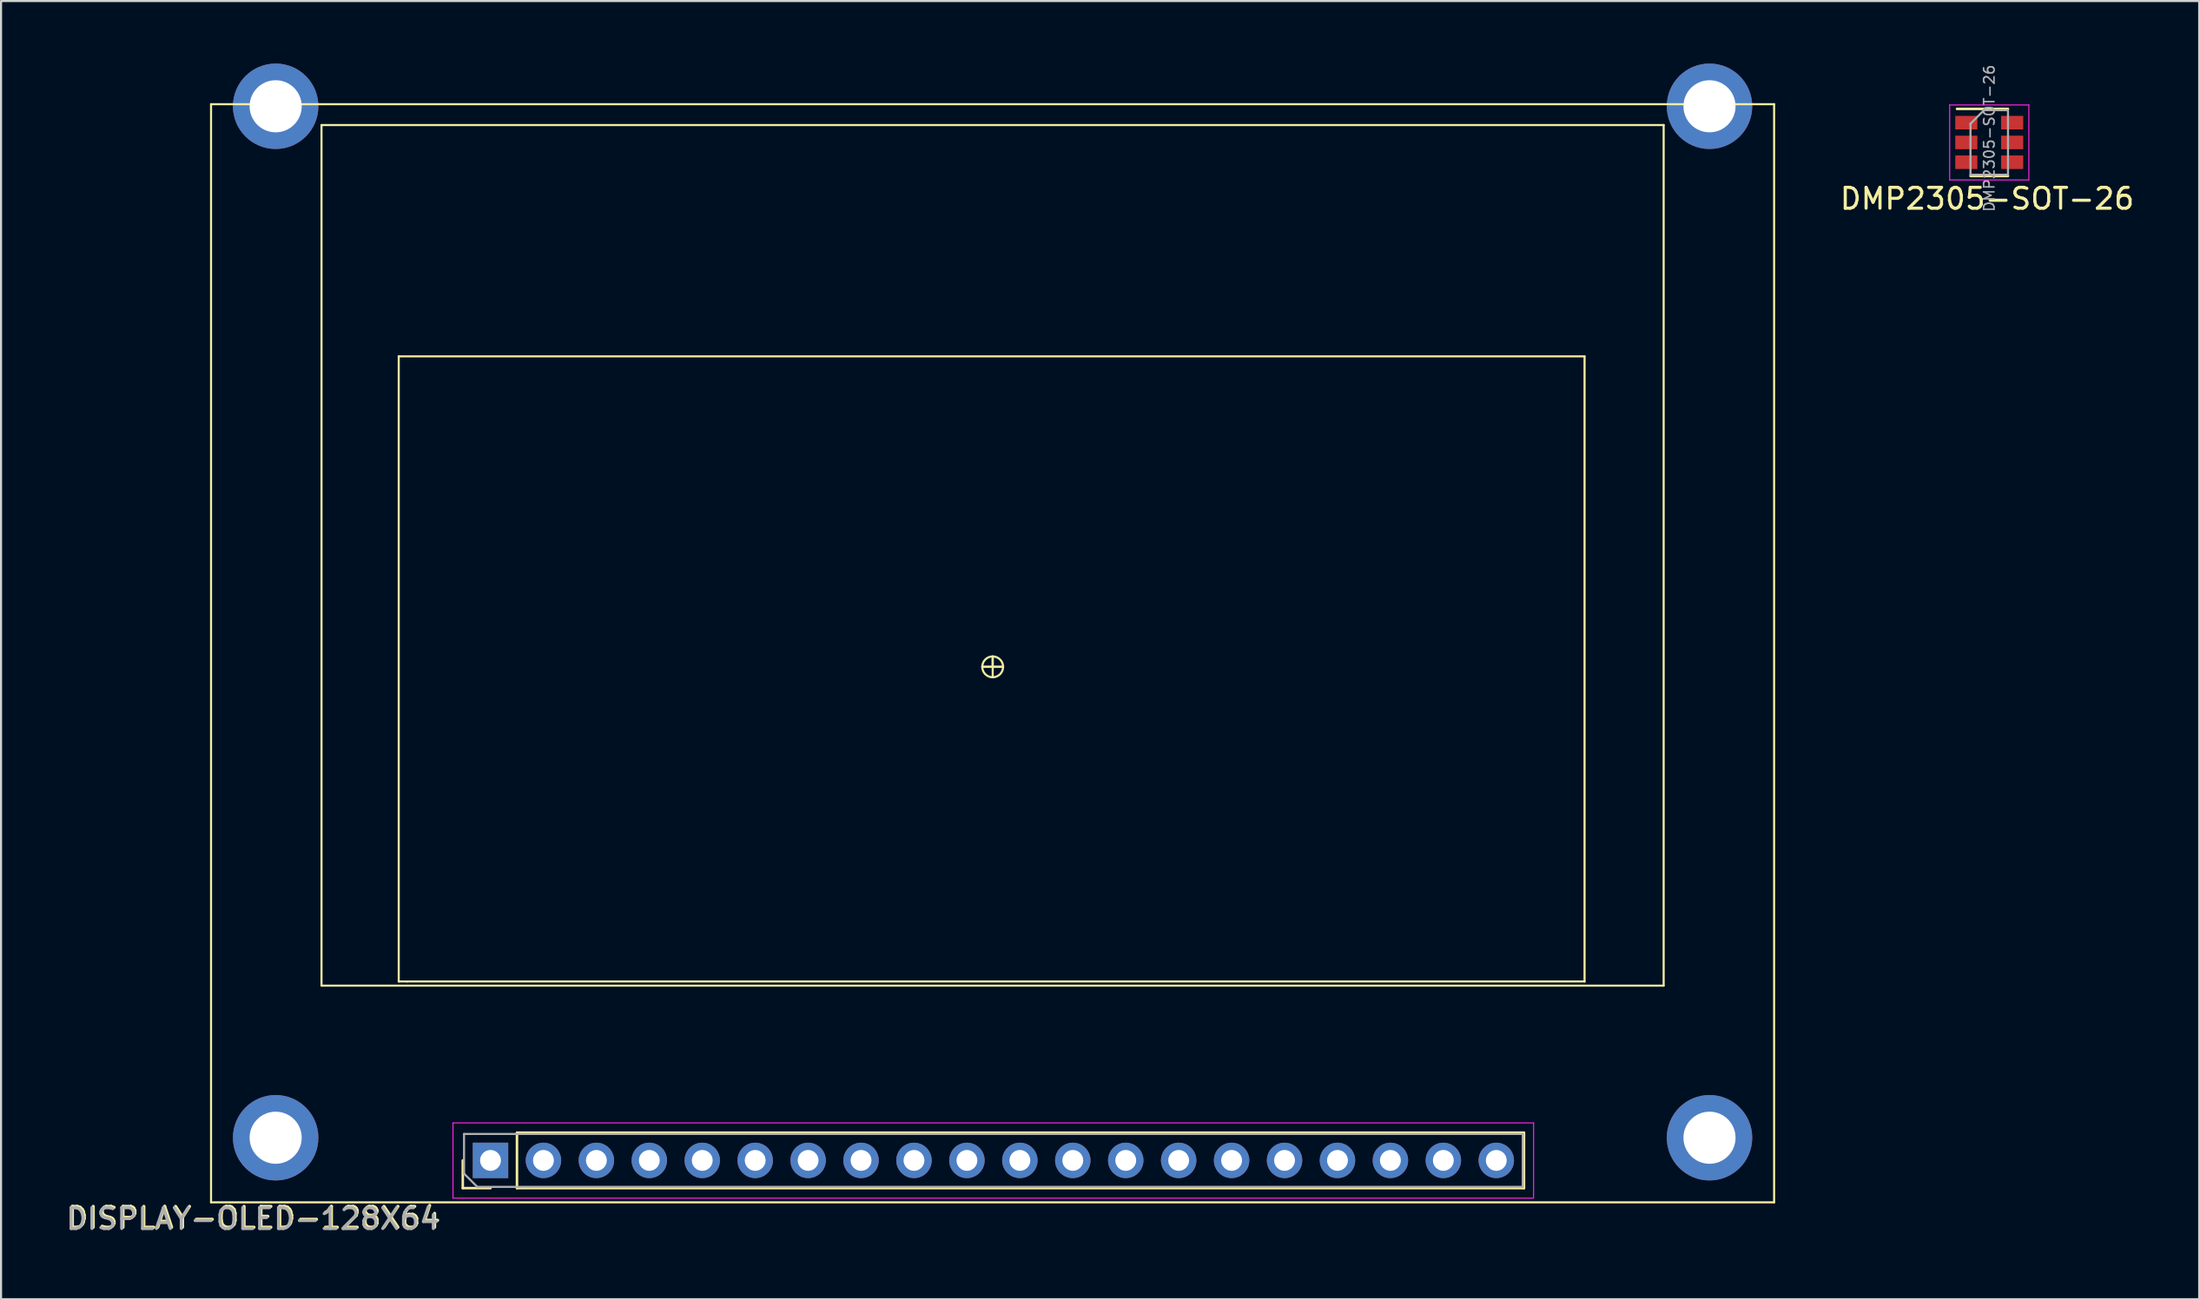
<source format=kicad_pcb>
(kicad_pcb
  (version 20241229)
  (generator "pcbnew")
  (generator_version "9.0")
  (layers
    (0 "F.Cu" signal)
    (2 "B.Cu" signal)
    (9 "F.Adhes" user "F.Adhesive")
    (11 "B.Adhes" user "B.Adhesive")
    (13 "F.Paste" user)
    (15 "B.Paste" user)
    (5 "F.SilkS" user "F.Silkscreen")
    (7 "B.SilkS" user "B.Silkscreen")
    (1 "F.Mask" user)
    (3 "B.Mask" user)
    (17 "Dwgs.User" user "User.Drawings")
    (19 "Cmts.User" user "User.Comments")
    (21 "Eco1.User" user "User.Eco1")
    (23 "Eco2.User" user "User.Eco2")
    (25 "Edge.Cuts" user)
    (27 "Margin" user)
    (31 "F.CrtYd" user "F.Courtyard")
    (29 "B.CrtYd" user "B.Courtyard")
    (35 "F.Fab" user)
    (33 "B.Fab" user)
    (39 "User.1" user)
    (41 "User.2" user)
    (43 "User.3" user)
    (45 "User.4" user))
  (footprint "DMP2305-SOT-26"
    (layer "F.Cu")
    (at 92.4 3.786)
    (property "Reference" "DMP2305-SOT-26" (at -0.1 2.7 0) (layer "F.SilkS") (effects (font (size 1 1) (thickness 0.15))))
    (attr smd)
    (fp_line (start -0.9 1.61) (end 0.9 1.61) (stroke (width 0.12) (type solid)) (layer "F.SilkS"))
    (fp_line (start 0.9 -1.61) (end -1.55 -1.61) (stroke (width 0.12) (type solid)) (layer "F.SilkS"))
    (fp_line (start -1.9 -1.8) (end -1.9 1.8) (stroke (width 0.05) (type solid)) (layer "F.CrtYd"))
    (fp_line (start -1.9 1.8) (end 1.9 1.8) (stroke (width 0.05) (type solid)) (layer "F.CrtYd"))
    (fp_line (start 1.9 -1.8) (end -1.9 -1.8) (stroke (width 0.05) (type solid)) (layer "F.CrtYd"))
    (fp_line (start 1.9 1.8) (end 1.9 -1.8) (stroke (width 0.05) (type solid)) (layer "F.CrtYd"))
    (fp_line (start -0.9 -0.9) (end -0.9 1.55) (stroke (width 0.1) (type solid)) (layer "F.Fab"))
    (fp_line (start -0.9 -0.9) (end -0.25 -1.55) (stroke (width 0.1) (type solid)) (layer "F.Fab"))
    (fp_line (start 0.9 -1.55) (end -0.25 -1.55) (stroke (width 0.1) (type solid)) (layer "F.Fab"))
    (fp_line (start 0.9 -1.55) (end 0.9 1.55) (stroke (width 0.1) (type solid)) (layer "F.Fab"))
    (fp_line (start 0.9 1.55) (end -0.9 1.55) (stroke (width 0.1) (type solid)) (layer "F.Fab"))
    (fp_text user "${REFERENCE}" (at 0 -0.2 270) (layer "F.Fab") (effects (font (size 0.5 0.5) (thickness 0.075))))
    (pad "1" smd rect (at -1.1 0.95) (size 1.06 0.65) (layers "F.Cu" "F.Mask" "F.Paste"))
    (pad "2" smd rect (at 1.1 0.95) (size 1.06 0.65) (layers "F.Cu" "F.Mask" "F.Paste"))
    (pad "3" smd rect (at -1.1 -0.95) (size 1.06 0.65) (layers "F.Cu" "F.Mask" "F.Paste"))
    (pad "3" smd rect (at -1.1 0) (size 1.06 0.65) (layers "F.Cu" "F.Mask" "F.Paste"))
    (pad "3" smd rect (at 1.1 -0.95) (size 1.06 0.65) (layers "F.Cu" "F.Mask" "F.Paste"))
    (pad "3" smd rect (at 1.1 0) (size 1.06 0.65) (layers "F.Cu" "F.Mask" "F.Paste")))
  (footprint "DISPLAY-OLED-128X64"
    (layer "F.Cu")
    (at 7.082 54.652)
    (property "Reference" "DISPLAY-OLED-128X64" (at 2.055 0.738 0) (layer "F.SilkS") (effects (font (size 1 1) (thickness 0.15))))
    (attr through_hole)
    (fp_line (start -0.005 -52.702) (end -0.005 -0.002) (stroke (width 0.1) (type solid)) (layer "F.SilkS"))
    (fp_line (start -0.005 -0.002) (end 74.995 -0.002) (stroke (width 0.1) (type solid)) (layer "F.SilkS"))
    (fp_line (start 5.295 -51.702) (end 69.695 -51.702) (stroke (width 0.1) (type solid)) (layer "F.SilkS"))
    (fp_line (start 5.295 -10.402) (end 5.295 -51.702) (stroke (width 0.1) (type solid)) (layer "F.SilkS"))
    (fp_line (start 9 -40.6) (end 65.9 -40.6) (stroke (width 0.1) (type solid)) (layer "F.SilkS"))
    (fp_line (start 9 -10.6) (end 9 -40.6) (stroke (width 0.1) (type solid)) (layer "F.SilkS"))
    (fp_line (start 9 -10.6) (end 9.4 -10.6) (stroke (width 0.1) (type solid)) (layer "F.SilkS"))
    (fp_line (start 12.074 -0.684) (end 12.074 -2.014) (stroke (width 0.12) (type solid)) (layer "F.SilkS"))
    (fp_line (start 13.404 -0.684) (end 12.074 -0.684) (stroke (width 0.12) (type solid)) (layer "F.SilkS"))
    (fp_line (start 14.674 -3.344) (end 62.994 -3.344) (stroke (width 0.12) (type solid)) (layer "F.SilkS"))
    (fp_line (start 14.674 -0.684) (end 14.674 -3.344) (stroke (width 0.12) (type solid)) (layer "F.SilkS"))
    (fp_line (start 14.674 -0.684) (end 62.994 -0.684) (stroke (width 0.12) (type solid)) (layer "F.SilkS"))
    (fp_line (start 37 -25.7) (end 37.5 -25.7) (stroke (width 0.1) (type solid)) (layer "F.SilkS"))
    (fp_line (start 37.5 -26.2) (end 37.5 -25.2) (stroke (width 0.1) (type solid)) (layer "F.SilkS"))
    (fp_line (start 37.5 -25.7) (end 37 -25.7) (stroke (width 0.1) (type solid)) (layer "F.SilkS"))
    (fp_line (start 37.5 -25.7) (end 37.5 -26.2) (stroke (width 0.1) (type solid)) (layer "F.SilkS"))
    (fp_line (start 37.5 -25.7) (end 38 -25.7) (stroke (width 0.1) (type solid)) (layer "F.SilkS"))
    (fp_line (start 38 -25.7) (end 37.5 -25.7) (stroke (width 0.1) (type solid)) (layer "F.SilkS"))
    (fp_line (start 62.994 -0.684) (end 62.994 -3.344) (stroke (width 0.12) (type solid)) (layer "F.SilkS"))
    (fp_line (start 65.9 -40.6) (end 65.9 -10.6) (stroke (width 0.1) (type solid)) (layer "F.SilkS"))
    (fp_line (start 65.9 -10.6) (end 9.4 -10.6) (stroke (width 0.1) (type solid)) (layer "F.SilkS"))
    (fp_line (start 69.695 -51.702) (end 69.695 -10.402) (stroke (width 0.1) (type solid)) (layer "F.SilkS"))
    (fp_line (start 69.695 -10.402) (end 5.295 -10.402) (stroke (width 0.1) (type solid)) (layer "F.SilkS"))
    (fp_line (start 74.995 -52.702) (end -0.005 -52.702) (stroke (width 0.1) (type solid)) (layer "F.SilkS"))
    (fp_line (start 74.995 -0.002) (end 74.995 -52.702) (stroke (width 0.1) (type solid)) (layer "F.SilkS"))
    (fp_circle (center 37.5 -25.7) (end 38 -25.7) (stroke (width 0.1) (type solid)) (fill no) (layer "F.SilkS"))
    (fp_line (start 11.595 -0.202) (end 63.445 -0.202) (stroke (width 0.05) (type solid)) (layer "F.CrtYd"))
    (fp_line (start 11.604 -3.814) (end 11.604 -0.214) (stroke (width 0.05) (type solid)) (layer "F.CrtYd"))
    (fp_line (start 63.454 -3.814) (end 11.604 -3.814) (stroke (width 0.05) (type solid)) (layer "F.CrtYd"))
    (fp_line (start 63.454 -0.214) (end 63.454 -3.814) (stroke (width 0.05) (type solid)) (layer "F.CrtYd"))
    (fp_line (start 12.134 -3.284) (end 62.934 -3.284) (stroke (width 0.1) (type solid)) (layer "F.Fab"))
    (fp_line (start 12.134 -1.379) (end 12.134 -3.284) (stroke (width 0.1) (type solid)) (layer "F.Fab"))
    (fp_line (start 12.769 -0.744) (end 12.134 -1.379) (stroke (width 0.1) (type solid)) (layer "F.Fab"))
    (fp_line (start 62.934 -3.284) (end 62.934 -0.744) (stroke (width 0.1) (type solid)) (layer "F.Fab"))
    (fp_line (start 62.934 -0.744) (end 12.769 -0.744) (stroke (width 0.1) (type solid)) (layer "F.Fab"))
    (fp_text user "${REFERENCE}" (at 1.995 0.798 180) (layer "F.Fab") (effects (font (size 1 1) (thickness 0.15))))
    (pad "" thru_hole circle (at 3.095 -52.602 180) (size 4.1 4.1) (drill 2.5) (layers "*.Cu" "*.Mask"))
    (pad "" thru_hole circle (at 3.095 -3.102 180) (size 4.1 4.1) (drill 2.5) (layers "*.Cu" "*.Mask"))
    (pad "" thru_hole circle (at 71.895 -52.602 180) (size 4.1 4.1) (drill 2.5) (layers "*.Cu" "*.Mask"))
    (pad "" thru_hole circle (at 71.895 -3.102 180) (size 4.1 4.1) (drill 2.5) (layers "*.Cu" "*.Mask"))
    (pad "1" thru_hole rect (at 13.404 -2.014 90) (size 1.7 1.7) (drill 1) (layers "*.Cu" "*.Mask"))
    (pad "2" thru_hole oval (at 15.944 -2.014 90) (size 1.7 1.7) (drill 1) (layers "*.Cu" "*.Mask"))
    (pad "3" thru_hole oval (at 18.484 -2.014 90) (size 1.7 1.7) (drill 1) (layers "*.Cu" "*.Mask"))
    (pad "4" thru_hole oval (at 21.024 -2.014 90) (size 1.7 1.7) (drill 1) (layers "*.Cu" "*.Mask"))
    (pad "5" thru_hole oval (at 23.564 -2.014 90) (size 1.7 1.7) (drill 1) (layers "*.Cu" "*.Mask"))
    (pad "6" thru_hole oval (at 26.104 -2.014 90) (size 1.7 1.7) (drill 1) (layers "*.Cu" "*.Mask"))
    (pad "7" thru_hole oval (at 28.644 -2.014 90) (size 1.7 1.7) (drill 1) (layers "*.Cu" "*.Mask"))
    (pad "8" thru_hole oval (at 31.184 -2.014 90) (size 1.7 1.7) (drill 1) (layers "*.Cu" "*.Mask"))
    (pad "9" thru_hole oval (at 33.724 -2.014 90) (size 1.7 1.7) (drill 1) (layers "*.Cu" "*.Mask"))
    (pad "10" thru_hole oval (at 36.264 -2.014 90) (size 1.7 1.7) (drill 1) (layers "*.Cu" "*.Mask"))
    (pad "11" thru_hole oval (at 38.804 -2.014 90) (size 1.7 1.7) (drill 1) (layers "*.Cu" "*.Mask"))
    (pad "12" thru_hole oval (at 41.344 -2.014 90) (size 1.7 1.7) (drill 1) (layers "*.Cu" "*.Mask"))
    (pad "13" thru_hole oval (at 43.884 -2.014 90) (size 1.7 1.7) (drill 1) (layers "*.Cu" "*.Mask"))
    (pad "14" thru_hole oval (at 46.424 -2.014 90) (size 1.7 1.7) (drill 1) (layers "*.Cu" "*.Mask"))
    (pad "15" thru_hole oval (at 48.964 -2.014 90) (size 1.7 1.7) (drill 1) (layers "*.Cu" "*.Mask"))
    (pad "16" thru_hole oval (at 51.504 -2.014 90) (size 1.7 1.7) (drill 1) (layers "*.Cu" "*.Mask"))
    (pad "17" thru_hole oval (at 54.044 -2.014 90) (size 1.7 1.7) (drill 1) (layers "*.Cu" "*.Mask"))
    (pad "18" thru_hole oval (at 56.584 -2.014 90) (size 1.7 1.7) (drill 1) (layers "*.Cu" "*.Mask"))
    (pad "19" thru_hole oval (at 59.124 -2.014 90) (size 1.7 1.7) (drill 1) (layers "*.Cu" "*.Mask"))
    (pad "20" thru_hole oval (at 61.664 -2.014 90) (size 1.7 1.7) (drill 1) (layers "*.Cu" "*.Mask")))
  (gr_rect
    (start -3 -3)
    (end 102.473 59.298)
    (stroke (width 0.1) (type default))
    (fill no)
    (layer "Edge.Cuts")))
</source>
